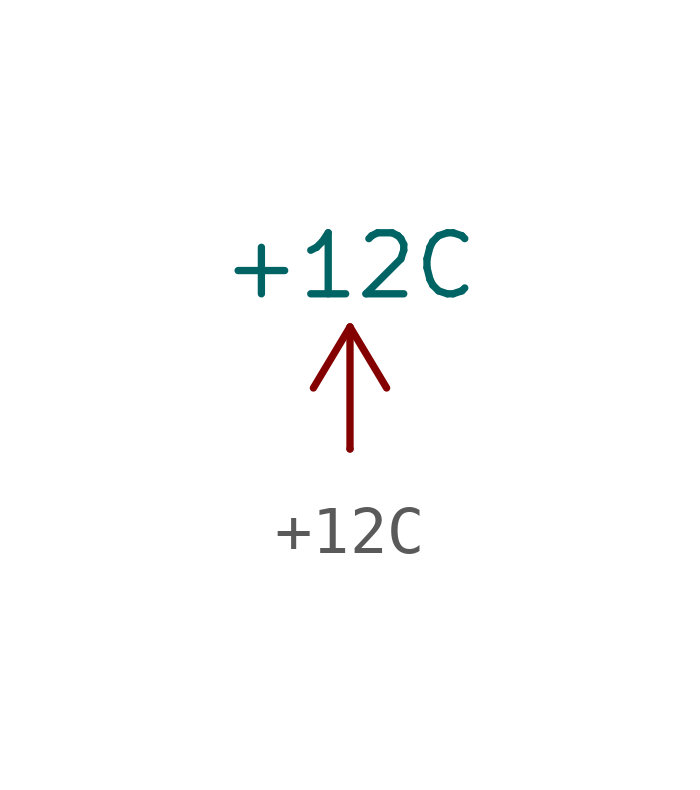
<source format=kicad_sym>
(kicad_symbol_lib
  (version 20231120)
  (generator "kicad_symbol_editor")
  (generator_version "8.0")
  (symbol "+12C"
    (power)
    (pin_numbers hide)
    (pin_names
      (offset 0) hide)
    (property "Reference" "#PWR"
      (at 0 -3.81 0)
      (effects (font (size 1.27 1.27)) (hide yes)))
    (property "Value" "+12C"
      (at 0 3.81 0)
      (effects (font (size 1.27 1.27))))
    (symbol "+12C_0_1"
      (polyline (pts (xy -0.762 1.27) (xy 0 2.54)) (stroke (width 0) (type default)) (fill (type none)))
      (polyline (pts (xy 0 0) (xy 0 2.54)) (stroke (width 0) (type default)) (fill (type none)))
      (polyline (pts (xy 0 2.54) (xy 0.762 1.27)) (stroke (width 0) (type default)) (fill (type none))))
    (symbol "+12C_1_1"
      (pin power_in line (at 0 0 90) (length 0) (name "~" (effects (font (size 1.27 1.27)))) (number "1" (effects (font (size 1.27 1.27))))))))
</source>
